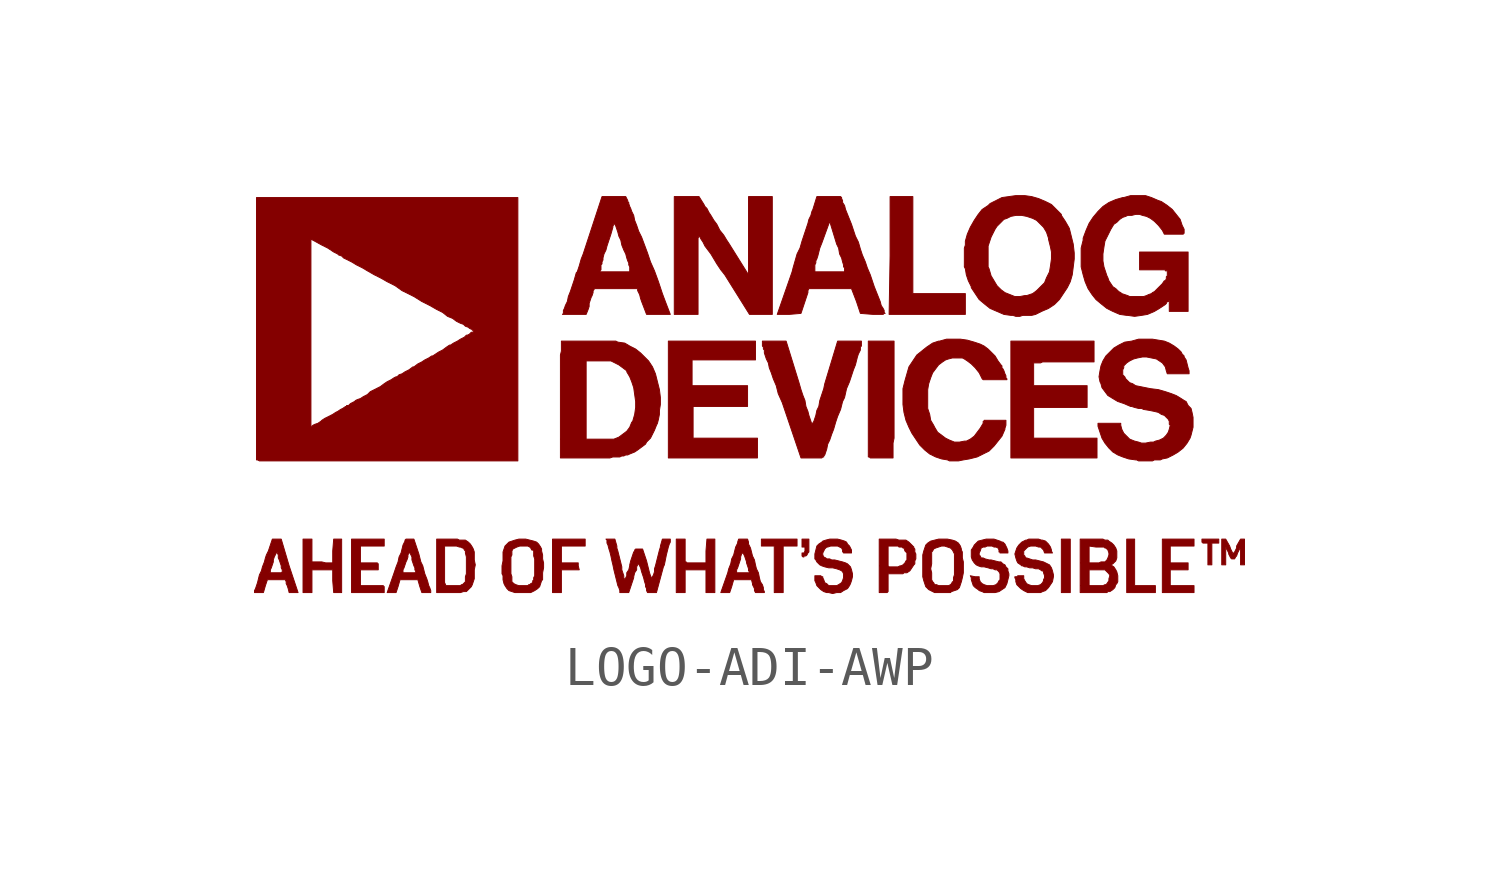
<source format=kicad_sym>
(kicad_symbol_lib
  (version 20201005)
  (generator kicad_symbol_editor)
  (symbol "LOGO-ADI-AWP"
    (pin_names
      (offset 1.016))
    (property "Reference" "#G"
      (at 0 -4.343 0)
      (effects (font (size 1.524 1.524)) hide))
    (symbol "LOGO-ADI-AWP_0_0"
      (polyline (pts (xy 8.255 -3.708) (xy 8.026 -3.708) (xy 8.026 -5.08) (xy 8.255 -5.08) (xy 8.255 -3.708)) (stroke (width 0.025)) (fill (type outline)))
      (polyline (pts (xy 10.439 -4.902) (xy 9.906 -4.902) (xy 9.906 -3.708) (xy 9.703 -3.708) (xy 9.703 -5.08) (xy 10.439 -5.08) (xy 10.439 -4.902)) (stroke (width 0.025)) (fill (type outline)))
      (polyline (pts (xy 5.563 2.591) (xy 4.216 2.591) (xy 4.216 5.08) (xy 3.632 5.08) (xy 3.632 3.556) (xy 3.607 2.057) (xy 5.563 2.057) (xy 5.563 2.591)) (stroke (width 0.025)) (fill (type outline)))
      (polyline (pts (xy 0.889 -3.886) (xy 1.245 -3.886) (xy 1.245 -3.708) (xy 0.33 -3.708) (xy 0.33 -3.886) (xy 0.66 -3.886) (xy 0.66 -5.08) (xy 0.889 -5.08) (xy 0.889 -3.886)) (stroke (width 0.025)) (fill (type outline)))
      (polyline (pts (xy 3.708 -1.245) (xy 3.734 -1.118) (xy 3.734 1.372) (xy 3.073 1.372) (xy 3.073 -1.6) (xy 3.099 -1.6) (xy 3.124 -1.626) (xy 3.708 -1.626) (xy 3.708 -1.245)) (stroke (width 0.025)) (fill (type outline)))
      (polyline (pts (xy 11.887 -3.81) (xy 12.065 -3.81) (xy 12.065 -3.708) (xy 11.633 -3.708) (xy 11.633 -3.785) (xy 11.659 -3.81) (xy 11.786 -3.81) (xy 11.786 -4.369) (xy 11.887 -4.369) (xy 11.887 -3.81)) (stroke (width 0.025)) (fill (type outline)))
      (polyline (pts (xy -4.801 -4.496) (xy -4.343 -4.496) (xy -4.369 -4.394) (xy -4.369 -4.318) (xy -4.801 -4.318) (xy -4.801 -3.886) (xy -4.191 -3.886) (xy -4.191 -3.708) (xy -5.029 -3.708) (xy -5.029 -5.08) (xy -4.801 -5.08) (xy -4.801 -4.496)) (stroke (width 0.025)) (fill (type outline)))
      (polyline (pts (xy 0.229 -1.118) (xy -1.422 -1.118) (xy -1.422 -0.305) (xy -0.025 -0.305) (xy -0.025 0.229) (xy -1.448 0.229) (xy -1.448 0.889) (xy 0.178 0.889) (xy 0.178 1.372) (xy -2.057 1.372) (xy -2.057 -1.626) (xy 0.229 -1.626) (xy 0.229 -1.118)) (stroke (width 0.025)) (fill (type outline)))
      (polyline (pts (xy 11.43 -4.902) (xy 10.82 -4.902) (xy 10.82 -4.496) (xy 11.278 -4.496) (xy 11.278 -4.318) (xy 10.82 -4.318) (xy 10.82 -3.886) (xy 11.43 -3.886) (xy 11.43 -3.708) (xy 10.617 -3.708) (xy 10.617 -5.08) (xy 11.43 -5.08) (xy 11.43 -4.902)) (stroke (width 0.025)) (fill (type outline)))
      (polyline (pts (xy -9.347 -4.928) (xy -9.373 -4.902) (xy -9.957 -4.902) (xy -9.957 -4.496) (xy -9.5 -4.496) (xy -9.5 -4.343) (xy -9.525 -4.318) (xy -9.957 -4.318) (xy -9.957 -3.886) (xy -9.347 -3.886) (xy -9.347 -3.708) (xy -10.185 -3.708) (xy -10.185 -5.08) (xy -9.347 -5.08) (xy -9.347 -4.928)) (stroke (width 0.025)) (fill (type outline)))
      (polyline (pts (xy 8.941 -1.118) (xy 7.315 -1.118) (xy 7.315 -0.33) (xy 8.687 -0.33) (xy 8.687 0.229) (xy 7.315 0.229) (xy 7.315 0.813) (xy 7.493 0.813) (xy 7.544 0.838) (xy 8.865 0.838) (xy 8.865 1.372) (xy 6.731 1.372) (xy 6.731 -1.626) (xy 8.941 -1.626) (xy 8.941 -1.118)) (stroke (width 0.025)) (fill (type outline)))
      (polyline (pts (xy -1.626 -4.496) (xy -1.092 -4.496) (xy -1.092 -5.08) (xy -0.864 -5.08) (xy -0.864 -3.708) (xy -1.067 -3.708) (xy -1.092 -4.013) (xy -1.092 -4.318) (xy -1.575 -4.318) (xy -1.6 -4.293) (xy -1.626 -4.293) (xy -1.626 -3.708) (xy -1.854 -3.708) (xy -1.854 -5.08) (xy -1.626 -5.08) (xy -1.626 -4.496)) (stroke (width 0.025)) (fill (type outline)))
      (polyline (pts (xy 1.422 -4.14) (xy 1.473 -4.14) (xy 1.499 -4.115) (xy 1.524 -4.064) (xy 1.549 -4.039) (xy 1.549 -3.708) (xy 1.372 -3.708) (xy 1.372 -3.912) (xy 1.448 -3.912) (xy 1.448 -4.013) (xy 1.422 -4.064) (xy 1.372 -4.064) (xy 1.372 -4.14) (xy 1.397 -4.166) (xy 1.422 -4.166) (xy 1.422 -4.14)) (stroke (width 0.025)) (fill (type outline)))
      (polyline (pts (xy -11.201 -4.496) (xy -10.668 -4.496) (xy -10.668 -4.775) (xy -10.643 -5.08) (xy -10.439 -5.08) (xy -10.439 -3.708) (xy -10.643 -3.708) (xy -10.668 -4.013) (xy -10.668 -4.318) (xy -10.846 -4.318) (xy -10.947 -4.293) (xy -11.201 -4.293) (xy -11.201 -3.708) (xy -11.43 -3.708) (xy -11.43 -5.08) (xy -11.201 -5.08) (xy -11.201 -4.496)) (stroke (width 0.025)) (fill (type outline)))
      (polyline (pts (xy 12.243 -3.912) (xy 12.319 -4.064) (xy 12.319 -4.089) (xy 12.37 -4.191) (xy 12.395 -4.216) (xy 12.471 -4.216) (xy 12.497 -4.166) (xy 12.522 -4.14) (xy 12.548 -4.064) (xy 12.624 -3.912) (xy 12.624 -4.369) (xy 12.725 -4.369) (xy 12.725 -3.708) (xy 12.624 -3.708) (xy 12.522 -3.886) (xy 12.522 -3.937) (xy 12.471 -4.039) (xy 12.446 -4.064) (xy 12.446 -4.089) (xy 12.421 -4.089) (xy 12.421 -4.064) (xy 12.37 -3.962) (xy 12.344 -3.886) (xy 12.243 -3.708) (xy 12.141 -3.708) (xy 12.141 -4.369) (xy 12.243 -4.369) (xy 12.243 -3.912)) (stroke (width 0.025)) (fill (type outline)))
      (polyline (pts (xy -1.295 4.013) (xy -1.27 4.064) (xy -1.245 4.039) (xy -1.219 3.988) (xy -1.168 3.912) (xy -1.118 3.81) (xy -0.965 3.607) (xy -0.813 3.353) (xy -0.711 3.2) (xy -0.61 3.073) (xy 0.025 2.057) (xy 0.61 2.057) (xy 0.61 5.08) (xy 0 5.08) (xy 0 3.073) (xy -0.508 3.886) (xy -0.559 3.962) (xy -0.635 4.089) (xy -0.737 4.216) (xy -0.813 4.369) (xy -0.889 4.47) (xy -0.965 4.597) (xy -1.016 4.674) (xy -1.067 4.775) (xy -1.118 4.826) (xy -1.143 4.877) (xy -1.27 5.08) (xy -1.905 5.08) (xy -1.905 2.057) (xy -1.295 2.057) (xy -1.295 4.013)) (stroke (width 0.025)) (fill (type outline)))
      (polyline (pts (xy -7.315 -5.055) (xy -7.239 -5.055) (xy -7.112 -4.928) (xy -7.087 -4.877) (xy -7.036 -4.724) (xy -7.036 -4.496) (xy -7.01 -4.369) (xy -7.036 -4.242) (xy -7.036 -4.039) (xy -7.061 -3.962) (xy -7.087 -3.912) (xy -7.137 -3.835) (xy -7.188 -3.785) (xy -7.264 -3.734) (xy -7.417 -3.734) (xy -7.468 -3.708) (xy -8.001 -3.708) (xy -8.001 -4.826) (xy -7.798 -4.826) (xy -7.798 -3.886) (xy -7.493 -3.886) (xy -7.417 -3.912) (xy -7.391 -3.912) (xy -7.341 -3.937) (xy -7.315 -3.937) (xy -7.29 -3.988) (xy -7.264 -4.013) (xy -7.264 -4.064) (xy -7.239 -4.166) (xy -7.239 -4.597) (xy -7.264 -4.674) (xy -7.264 -4.801) (xy -7.341 -4.877) (xy -7.366 -4.877) (xy -7.391 -4.902) (xy -7.772 -4.902) (xy -7.772 -4.877) (xy -7.798 -4.826) (xy -8.001 -4.826) (xy -8.001 -5.08) (xy -7.391 -5.08) (xy -7.315 -5.055)) (stroke (width 0.025)) (fill (type outline)))
      (polyline (pts (xy 3.581 -5.055) (xy 3.581 -4.597) (xy 3.962 -4.597) (xy 3.988 -4.572) (xy 4.064 -4.572) (xy 4.14 -4.521) (xy 4.242 -4.369) (xy 4.267 -4.343) (xy 4.267 -4.267) (xy 4.293 -4.216) (xy 4.293 -4.089) (xy 4.267 -4.039) (xy 4.267 -3.962) (xy 4.242 -3.937) (xy 4.242 -3.912) (xy 4.115 -3.785) (xy 4.039 -3.734) (xy 3.861 -3.734) (xy 3.785 -3.708) (xy 3.353 -3.708) (xy 3.353 -4.394) (xy 3.581 -4.394) (xy 3.581 -3.886) (xy 3.835 -3.886) (xy 3.861 -3.912) (xy 3.937 -3.912) (xy 3.962 -3.937) (xy 3.988 -3.937) (xy 4.013 -4.013) (xy 4.064 -4.064) (xy 4.064 -4.242) (xy 4.039 -4.267) (xy 4.013 -4.318) (xy 3.962 -4.369) (xy 3.912 -4.394) (xy 3.886 -4.394) (xy 3.835 -4.42) (xy 3.607 -4.42) (xy 3.581 -4.394) (xy 3.353 -4.394) (xy 3.353 -5.08) (xy 3.556 -5.08) (xy 3.581 -5.055)) (stroke (width 0.025)) (fill (type outline)))
      (polyline (pts (xy -12.395 -4.902) (xy -12.344 -4.75) (xy -11.887 -4.75) (xy -11.862 -4.801) (xy -11.862 -4.851) (xy -11.836 -4.902) (xy -11.811 -4.978) (xy -11.786 -5.08) (xy -11.557 -5.08) (xy -11.786 -4.394) (xy -11.989 -3.708) (xy -12.217 -3.708) (xy -12.319 -4.013) (xy -12.37 -4.115) (xy -12.395 -4.191) (xy -12.421 -4.293) (xy -12.471 -4.42) (xy -12.497 -4.521) (xy -12.522 -4.572) (xy -12.294 -4.572) (xy -12.268 -4.547) (xy -12.268 -4.496) (xy -12.243 -4.445) (xy -12.192 -4.293) (xy -12.192 -4.242) (xy -12.167 -4.166) (xy -12.116 -4.064) (xy -12.116 -4.039) (xy -12.09 -4.039) (xy -12.09 -4.064) (xy -12.065 -4.115) (xy -12.065 -4.191) (xy -12.04 -4.242) (xy -11.989 -4.394) (xy -11.989 -4.445) (xy -11.963 -4.496) (xy -11.963 -4.547) (xy -11.989 -4.572) (xy -12.294 -4.572) (xy -12.522 -4.572) (xy -12.548 -4.623) (xy -12.598 -4.826) (xy -12.649 -4.978) (xy -12.675 -5.029) (xy -12.675 -5.08) (xy -12.446 -5.08) (xy -12.395 -4.902)) (stroke (width 0.025)) (fill (type outline)))
      (polyline (pts (xy -8.992 -4.928) (xy -8.941 -4.75) (xy -8.484 -4.75) (xy -8.433 -4.928) (xy -8.382 -5.08) (xy -8.153 -5.08) (xy -8.153 -5.029) (xy -8.179 -4.953) (xy -8.204 -4.902) (xy -8.23 -4.801) (xy -8.255 -4.724) (xy -8.306 -4.597) (xy -8.357 -4.394) (xy -8.407 -4.293) (xy -8.458 -4.089) (xy -8.585 -3.708) (xy -8.788 -3.708) (xy -8.814 -3.734) (xy -8.814 -3.759) (xy -8.865 -3.861) (xy -8.915 -4.064) (xy -8.966 -4.166) (xy -8.992 -4.293) (xy -9.042 -4.42) (xy -9.093 -4.572) (xy -8.865 -4.572) (xy -8.865 -4.496) (xy -8.839 -4.445) (xy -8.788 -4.293) (xy -8.763 -4.242) (xy -8.738 -4.166) (xy -8.738 -4.115) (xy -8.712 -4.064) (xy -8.687 -4.039) (xy -8.687 -4.064) (xy -8.636 -4.166) (xy -8.636 -4.242) (xy -8.585 -4.394) (xy -8.56 -4.445) (xy -8.56 -4.496) (xy -8.534 -4.547) (xy -8.56 -4.572) (xy -8.865 -4.572) (xy -9.093 -4.572) (xy -9.271 -5.08) (xy -9.042 -5.08) (xy -8.992 -4.928)) (stroke (width 0.025)) (fill (type outline)))
      (polyline (pts (xy -0.432 -4.928) (xy -0.381 -4.75) (xy 0.076 -4.75) (xy 0.102 -4.851) (xy 0.102 -4.877) (xy 0.152 -4.978) (xy 0.152 -5.029) (xy 0.178 -5.08) (xy 0.406 -5.08) (xy 0.406 -5.055) (xy 0.381 -5.004) (xy 0.381 -4.953) (xy 0.356 -4.877) (xy 0.305 -4.801) (xy 0.279 -4.699) (xy 0.254 -4.572) (xy 0.203 -4.47) (xy 0.178 -4.369) (xy 0.152 -4.242) (xy 0.102 -4.14) (xy 0.051 -3.937) (xy 0 -3.835) (xy 0 -3.785) (xy -0.025 -3.708) (xy -0.254 -3.708) (xy -0.279 -3.785) (xy -0.279 -3.81) (xy -0.33 -3.912) (xy -0.381 -4.115) (xy -0.432 -4.216) (xy -0.457 -4.343) (xy -0.508 -4.47) (xy -0.533 -4.572) (xy -0.33 -4.572) (xy -0.305 -4.547) (xy -0.305 -4.496) (xy -0.279 -4.445) (xy -0.203 -4.216) (xy -0.203 -4.166) (xy -0.178 -4.089) (xy -0.152 -4.064) (xy -0.152 -4.039) (xy -0.102 -4.14) (xy -0.051 -4.293) (xy -0.051 -4.318) (xy 0 -4.47) (xy 0 -4.521) (xy 0.025 -4.547) (xy 0.025 -4.572) (xy -0.33 -4.572) (xy -0.533 -4.572) (xy -0.711 -5.08) (xy -0.483 -5.08) (xy -0.432 -4.928)) (stroke (width 0.025)) (fill (type outline)))
      (polyline (pts (xy -3.48 -1.6) (xy -3.302 -1.6) (xy -3.251 -1.575) (xy -3.2 -1.575) (xy -3.15 -1.549) (xy -3.099 -1.549) (xy -3.048 -1.524) (xy -2.921 -1.473) (xy -2.845 -1.422) (xy -2.642 -1.27) (xy -2.616 -1.219) (xy -2.515 -1.118) (xy -2.413 -0.914) (xy -2.362 -0.787) (xy -2.337 -0.737) (xy -2.311 -0.635) (xy -2.286 -0.508) (xy -2.286 -0.406) (xy -2.261 -0.254) (xy -2.261 -0.076) (xy -2.286 0.127) (xy -2.388 0.533) (xy -2.464 0.711) (xy -2.565 0.864) (xy -2.769 1.067) (xy -2.896 1.168) (xy -3.048 1.245) (xy -3.175 1.321) (xy -3.353 1.346) (xy -3.404 1.372) (xy -4.801 1.372) (xy -4.801 1.118) (xy -4.826 1.016) (xy -4.826 -1.143) (xy -4.166 -1.143) (xy -4.166 0.864) (xy -3.531 0.864) (xy -3.327 0.762) (xy -3.124 0.61) (xy -3.124 0.584) (xy -3.048 0.457) (xy -2.997 0.33) (xy -2.946 0.178) (xy -2.896 -0.178) (xy -2.896 -0.33) (xy -2.921 -0.508) (xy -2.972 -0.686) (xy -2.997 -0.711) (xy -3.048 -0.838) (xy -3.124 -0.94) (xy -3.327 -1.092) (xy -3.454 -1.143) (xy -4.166 -1.143) (xy -4.826 -1.143) (xy -4.826 -1.626) (xy -3.556 -1.626) (xy -3.48 -1.6)) (stroke (width 0.025)) (fill (type outline)))
      (polyline (pts (xy 5.207 -5.055) (xy 5.359 -5.004) (xy 5.41 -4.953) (xy 5.461 -4.801) (xy 5.486 -4.699) (xy 5.512 -4.572) (xy 5.512 -4.293) (xy 5.486 -4.191) (xy 5.486 -4.039) (xy 5.461 -3.988) (xy 5.461 -3.962) (xy 5.436 -3.886) (xy 5.385 -3.81) (xy 5.309 -3.759) (xy 5.232 -3.734) (xy 5.105 -3.708) (xy 4.877 -3.708) (xy 4.674 -3.759) (xy 4.597 -3.81) (xy 4.547 -3.861) (xy 4.496 -4.013) (xy 4.47 -4.115) (xy 4.47 -4.47) (xy 4.674 -4.47) (xy 4.699 -4.343) (xy 4.699 -4.039) (xy 4.724 -4.013) (xy 4.75 -3.962) (xy 4.801 -3.937) (xy 4.953 -3.886) (xy 5.029 -3.886) (xy 5.182 -3.937) (xy 5.232 -3.988) (xy 5.283 -4.089) (xy 5.283 -4.623) (xy 5.258 -4.699) (xy 5.258 -4.801) (xy 5.232 -4.801) (xy 5.207 -4.851) (xy 5.182 -4.877) (xy 5.131 -4.902) (xy 4.877 -4.902) (xy 4.826 -4.877) (xy 4.775 -4.877) (xy 4.75 -4.826) (xy 4.724 -4.801) (xy 4.699 -4.75) (xy 4.699 -4.572) (xy 4.674 -4.47) (xy 4.47 -4.47) (xy 4.47 -4.674) (xy 4.496 -4.775) (xy 4.547 -4.928) (xy 4.623 -5.004) (xy 4.775 -5.08) (xy 5.182 -5.08) (xy 5.207 -5.055)) (stroke (width 0.025)) (fill (type outline)))
      (polyline (pts (xy 1.905 -1.6) (xy 1.93 -1.6) (xy 1.93 -1.575) (xy 1.956 -1.549) (xy 2.007 -1.397) (xy 2.032 -1.27) (xy 2.083 -1.168) (xy 2.134 -1.016) (xy 2.184 -0.889) (xy 2.235 -0.711) (xy 2.286 -0.559) (xy 2.362 -0.381) (xy 2.413 -0.178) (xy 2.464 -0.076) (xy 2.515 0.152) (xy 2.591 0.33) (xy 2.692 0.635) (xy 2.743 0.762) (xy 2.794 0.965) (xy 2.819 1.041) (xy 2.87 1.143) (xy 2.87 1.219) (xy 2.896 1.245) (xy 2.896 1.372) (xy 2.286 1.372) (xy 1.956 0.279) (xy 1.93 0.152) (xy 1.829 -0.152) (xy 1.803 -0.305) (xy 1.753 -0.406) (xy 1.727 -0.533) (xy 1.676 -0.686) (xy 1.626 -0.762) (xy 1.549 -0.533) (xy 1.524 -0.432) (xy 1.473 -0.305) (xy 1.448 -0.152) (xy 1.397 -0.025) (xy 1.346 0.127) (xy 1.295 0.305) (xy 0.965 1.372) (xy 0.356 1.372) (xy 0.356 1.245) (xy 0.381 1.219) (xy 0.381 1.168) (xy 0.406 1.143) (xy 0.406 1.067) (xy 0.457 0.914) (xy 0.508 0.813) (xy 0.533 0.686) (xy 0.584 0.559) (xy 0.635 0.406) (xy 0.711 0.229) (xy 0.762 0.025) (xy 0.864 -0.203) (xy 1.346 -1.626) (xy 1.88 -1.626) (xy 1.905 -1.6)) (stroke (width 0.025)) (fill (type outline)))
      (polyline (pts (xy 9.22 -5.055) (xy 9.271 -5.055) (xy 9.347 -5.004) (xy 9.398 -4.953) (xy 9.423 -4.877) (xy 9.449 -4.851) (xy 9.474 -4.801) (xy 9.474 -4.648) (xy 9.449 -4.547) (xy 9.423 -4.496) (xy 9.373 -4.42) (xy 9.296 -4.369) (xy 9.347 -4.343) (xy 9.423 -4.267) (xy 9.449 -4.191) (xy 9.449 -4.013) (xy 9.423 -3.937) (xy 9.373 -3.861) (xy 9.322 -3.81) (xy 9.246 -3.759) (xy 9.22 -3.734) (xy 9.144 -3.734) (xy 9.093 -3.708) (xy 8.509 -3.708) (xy 8.509 -4.318) (xy 8.738 -4.318) (xy 8.738 -3.886) (xy 8.915 -3.912) (xy 9.119 -3.912) (xy 9.144 -3.937) (xy 9.169 -3.937) (xy 9.22 -3.988) (xy 9.246 -4.064) (xy 9.246 -4.115) (xy 9.22 -4.191) (xy 9.195 -4.242) (xy 9.144 -4.293) (xy 9.042 -4.293) (xy 8.992 -4.318) (xy 8.738 -4.318) (xy 8.509 -4.318) (xy 8.509 -4.902) (xy 8.738 -4.902) (xy 8.738 -4.496) (xy 9.144 -4.496) (xy 9.246 -4.597) (xy 9.271 -4.648) (xy 9.246 -4.724) (xy 9.246 -4.775) (xy 9.195 -4.851) (xy 9.169 -4.877) (xy 9.144 -4.877) (xy 9.093 -4.902) (xy 8.738 -4.902) (xy 8.509 -4.902) (xy 8.509 -5.08) (xy 9.195 -5.08) (xy 9.22 -5.055)) (stroke (width 0.025)) (fill (type outline)))
      (polyline (pts (xy -5.486 -5.029) (xy -5.41 -4.978) (xy -5.359 -4.928) (xy -5.309 -4.775) (xy -5.283 -4.75) (xy -5.283 -4.572) (xy -5.258 -4.445) (xy -5.258 -4.318) (xy -5.283 -4.216) (xy -5.283 -4.115) (xy -5.309 -4.013) (xy -5.309 -3.962) (xy -5.334 -3.912) (xy -5.385 -3.835) (xy -5.436 -3.785) (xy -5.512 -3.759) (xy -5.715 -3.708) (xy -5.893 -3.708) (xy -5.994 -3.734) (xy -6.147 -3.785) (xy -6.248 -3.886) (xy -6.299 -4.039) (xy -6.299 -4.267) (xy -6.325 -4.394) (xy -6.325 -4.521) (xy -6.325 -4.597) (xy -6.096 -4.597) (xy -6.096 -4.166) (xy -6.071 -4.115) (xy -6.071 -4.013) (xy -6.045 -3.962) (xy -5.944 -3.912) (xy -5.867 -3.886) (xy -5.664 -3.886) (xy -5.613 -3.912) (xy -5.588 -3.937) (xy -5.563 -3.988) (xy -5.537 -3.988) (xy -5.512 -4.013) (xy -5.512 -4.14) (xy -5.486 -4.216) (xy -5.486 -4.648) (xy -5.512 -4.699) (xy -5.512 -4.775) (xy -5.537 -4.775) (xy -5.537 -4.826) (xy -5.588 -4.851) (xy -5.613 -4.877) (xy -5.639 -4.877) (xy -5.664 -4.902) (xy -5.893 -4.902) (xy -5.969 -4.877) (xy -6.02 -4.851) (xy -6.071 -4.801) (xy -6.071 -4.674) (xy -6.096 -4.597) (xy -6.325 -4.597) (xy -6.299 -4.648) (xy -6.299 -4.75) (xy -6.274 -4.851) (xy -6.248 -4.902) (xy -6.198 -4.978) (xy -6.147 -5.029) (xy -5.994 -5.08) (xy -5.588 -5.08) (xy -5.486 -5.029)) (stroke (width 0.025)) (fill (type outline)))
      (polyline (pts (xy 1.346 2.083) (xy 1.524 2.616) (xy 1.524 2.667) (xy 1.549 2.718) (xy 2.642 2.718) (xy 2.769 2.388) (xy 2.87 2.083) (xy 3.2 2.057) (xy 3.454 2.057) (xy 3.48 2.083) (xy 3.505 2.083) (xy 3.48 2.108) (xy 3.48 2.159) (xy 3.454 2.21) (xy 3.404 2.286) (xy 3.378 2.388) (xy 3.226 2.769) (xy 3.124 3.073) (xy 3.048 3.251) (xy 2.997 3.404) (xy 2.921 3.581) (xy 2.87 3.734) (xy 2.819 3.912) (xy 2.743 4.064) (xy 2.642 4.369) (xy 2.489 4.75) (xy 2.464 4.851) (xy 2.413 4.928) (xy 2.413 4.978) (xy 2.388 5.029) (xy 2.388 5.055) (xy 2.362 5.08) (xy 1.753 5.08) (xy 1.651 4.75) (xy 1.626 4.699) (xy 1.6 4.597) (xy 1.549 4.496) (xy 1.524 4.394) (xy 1.372 3.937) (xy 1.321 3.759) (xy 1.245 3.607) (xy 1.143 3.251) (xy 1.118 3.15) (xy 1.702 3.15) (xy 1.702 3.327) (xy 1.727 3.378) (xy 1.727 3.429) (xy 1.753 3.48) (xy 1.778 3.556) (xy 1.829 3.759) (xy 1.88 3.886) (xy 2.083 4.445) (xy 2.261 3.861) (xy 2.311 3.759) (xy 2.337 3.607) (xy 2.388 3.505) (xy 2.413 3.404) (xy 2.438 3.327) (xy 2.438 3.277) (xy 2.464 3.251) (xy 2.464 3.15) (xy 1.702 3.15) (xy 1.118 3.15) (xy 0.737 2.057) (xy 1.041 2.057) (xy 1.346 2.083)) (stroke (width 0.025)) (fill (type outline)))
      (polyline (pts (xy -2.946 -4.699) (xy -2.946 -4.674) (xy -2.921 -4.572) (xy -2.87 -4.496) (xy -2.87 -4.42) (xy -2.819 -4.318) (xy -2.819 -4.343) (xy -2.769 -4.445) (xy -2.743 -4.547) (xy -2.692 -4.699) (xy -2.667 -4.801) (xy -2.642 -4.877) (xy -2.642 -4.928) (xy -2.616 -4.978) (xy -2.616 -5.029) (xy -2.591 -5.08) (xy -2.362 -5.08) (xy -2.184 -4.42) (xy -2.159 -4.369) (xy -2.108 -4.115) (xy -2.057 -3.912) (xy -2.032 -3.835) (xy -2.007 -3.785) (xy -2.007 -3.708) (xy -2.21 -3.708) (xy -2.261 -3.886) (xy -2.261 -3.912) (xy -2.286 -3.988) (xy -2.388 -4.394) (xy -2.413 -4.47) (xy -2.413 -4.547) (xy -2.438 -4.623) (xy -2.464 -4.674) (xy -2.464 -4.75) (xy -2.489 -4.75) (xy -2.489 -4.699) (xy -2.515 -4.648) (xy -2.54 -4.572) (xy -2.616 -4.267) (xy -2.718 -3.962) (xy -2.896 -3.962) (xy -2.921 -3.988) (xy -2.921 -4.013) (xy -2.946 -4.039) (xy -3.023 -4.267) (xy -3.048 -4.369) (xy -3.048 -4.394) (xy -3.073 -4.496) (xy -3.124 -4.572) (xy -3.124 -4.648) (xy -3.175 -4.75) (xy -3.2 -4.699) (xy -3.2 -4.648) (xy -3.251 -4.496) (xy -3.251 -4.42) (xy -3.353 -4.013) (xy -3.378 -3.937) (xy -3.378 -3.886) (xy -3.429 -3.708) (xy -3.658 -3.708) (xy -3.632 -3.734) (xy -3.632 -3.81) (xy -3.607 -3.861) (xy -3.581 -3.962) (xy -3.556 -4.039) (xy -3.531 -4.14) (xy -3.505 -4.267) (xy -3.48 -4.369) (xy -3.454 -4.496) (xy -3.353 -4.902) (xy -3.327 -4.953) (xy -3.302 -5.029) (xy -3.302 -5.08) (xy -3.073 -5.08) (xy -2.946 -4.699)) (stroke (width 0.025)) (fill (type outline)))
      (polyline (pts (xy 7.544 -5.055) (xy 7.62 -5.029) (xy 7.696 -4.953) (xy 7.798 -4.801) (xy 7.823 -4.674) (xy 7.823 -4.623) (xy 7.798 -4.521) (xy 7.772 -4.445) (xy 7.722 -4.369) (xy 7.569 -4.293) (xy 7.366 -4.242) (xy 7.29 -4.242) (xy 7.137 -4.191) (xy 7.112 -4.191) (xy 7.087 -4.14) (xy 7.061 -4.115) (xy 7.061 -4.013) (xy 7.163 -3.912) (xy 7.239 -3.886) (xy 7.366 -3.886) (xy 7.442 -3.912) (xy 7.493 -3.912) (xy 7.569 -3.988) (xy 7.595 -4.064) (xy 7.798 -4.064) (xy 7.772 -4.013) (xy 7.772 -3.988) (xy 7.747 -3.912) (xy 7.696 -3.835) (xy 7.62 -3.759) (xy 7.544 -3.734) (xy 7.518 -3.734) (xy 7.442 -3.708) (xy 7.188 -3.708) (xy 7.137 -3.734) (xy 7.112 -3.734) (xy 7.01 -3.785) (xy 6.934 -3.861) (xy 6.883 -3.937) (xy 6.833 -4.089) (xy 6.858 -4.191) (xy 6.883 -4.267) (xy 6.909 -4.318) (xy 6.985 -4.369) (xy 7.01 -4.394) (xy 7.036 -4.394) (xy 7.087 -4.42) (xy 7.137 -4.42) (xy 7.214 -4.445) (xy 7.29 -4.445) (xy 7.366 -4.47) (xy 7.442 -4.47) (xy 7.493 -4.496) (xy 7.518 -4.521) (xy 7.544 -4.521) (xy 7.569 -4.547) (xy 7.569 -4.572) (xy 7.595 -4.648) (xy 7.595 -4.699) (xy 7.569 -4.75) (xy 7.569 -4.775) (xy 7.544 -4.826) (xy 7.493 -4.877) (xy 7.417 -4.902) (xy 7.264 -4.902) (xy 7.188 -4.877) (xy 7.137 -4.851) (xy 7.087 -4.775) (xy 7.061 -4.724) (xy 7.061 -4.648) (xy 6.909 -4.648) (xy 6.883 -4.674) (xy 6.833 -4.674) (xy 6.833 -4.699) (xy 6.858 -4.75) (xy 6.858 -4.801) (xy 6.883 -4.877) (xy 6.985 -4.978) (xy 7.061 -5.029) (xy 7.163 -5.08) (xy 7.493 -5.08) (xy 7.544 -5.055)) (stroke (width 0.025)) (fill (type outline)))
      (polyline (pts (xy 2.261 -5.08) (xy 2.362 -5.08) (xy 2.438 -5.029) (xy 2.54 -4.978) (xy 2.591 -4.902) (xy 2.616 -4.851) (xy 2.642 -4.775) (xy 2.667 -4.674) (xy 2.667 -4.597) (xy 2.642 -4.496) (xy 2.616 -4.42) (xy 2.54 -4.343) (xy 2.489 -4.318) (xy 2.413 -4.293) (xy 2.21 -4.242) (xy 2.134 -4.242) (xy 2.083 -4.216) (xy 2.007 -4.216) (xy 1.981 -4.191) (xy 1.93 -4.166) (xy 1.905 -4.115) (xy 1.905 -4.064) (xy 1.956 -3.962) (xy 2.007 -3.912) (xy 2.032 -3.912) (xy 2.108 -3.886) (xy 2.286 -3.886) (xy 2.388 -3.937) (xy 2.413 -3.988) (xy 2.413 -4.039) (xy 2.438 -4.039) (xy 2.438 -4.064) (xy 2.642 -4.064) (xy 2.642 -3.988) (xy 2.591 -3.886) (xy 2.54 -3.835) (xy 2.515 -3.785) (xy 2.464 -3.759) (xy 2.388 -3.734) (xy 2.286 -3.708) (xy 2.083 -3.708) (xy 1.981 -3.734) (xy 1.905 -3.759) (xy 1.88 -3.785) (xy 1.803 -3.835) (xy 1.753 -3.886) (xy 1.702 -4.089) (xy 1.702 -4.216) (xy 1.727 -4.242) (xy 1.753 -4.293) (xy 1.829 -4.369) (xy 1.88 -4.394) (xy 1.956 -4.42) (xy 2.057 -4.445) (xy 2.159 -4.445) (xy 2.261 -4.47) (xy 2.337 -4.496) (xy 2.388 -4.521) (xy 2.413 -4.547) (xy 2.438 -4.597) (xy 2.438 -4.699) (xy 2.413 -4.775) (xy 2.388 -4.826) (xy 2.311 -4.877) (xy 2.261 -4.902) (xy 2.057 -4.902) (xy 2.007 -4.851) (xy 1.956 -4.826) (xy 1.93 -4.75) (xy 1.905 -4.699) (xy 1.905 -4.674) (xy 1.88 -4.674) (xy 1.854 -4.648) (xy 1.702 -4.648) (xy 1.702 -4.775) (xy 1.727 -4.826) (xy 1.753 -4.902) (xy 1.854 -5.004) (xy 1.93 -5.055) (xy 2.007 -5.08) (xy 2.057 -5.08) (xy 2.159 -5.105) (xy 2.261 -5.08)) (stroke (width 0.025)) (fill (type outline)))
      (polyline (pts (xy 6.426 -5.055) (xy 6.579 -4.953) (xy 6.629 -4.851) (xy 6.68 -4.648) (xy 6.68 -4.597) (xy 6.655 -4.521) (xy 6.655 -4.47) (xy 6.604 -4.42) (xy 6.579 -4.369) (xy 6.528 -4.343) (xy 6.477 -4.293) (xy 6.426 -4.293) (xy 6.223 -4.242) (xy 6.172 -4.242) (xy 6.071 -4.216) (xy 6.02 -4.191) (xy 5.969 -4.191) (xy 5.944 -4.14) (xy 5.918 -4.115) (xy 5.918 -4.064) (xy 5.944 -4.013) (xy 5.969 -3.937) (xy 6.02 -3.912) (xy 6.071 -3.912) (xy 6.121 -3.886) (xy 6.248 -3.886) (xy 6.299 -3.912) (xy 6.35 -3.912) (xy 6.401 -3.937) (xy 6.426 -3.988) (xy 6.426 -4.039) (xy 6.452 -4.039) (xy 6.452 -4.064) (xy 6.655 -4.064) (xy 6.655 -4.013) (xy 6.629 -3.937) (xy 6.579 -3.835) (xy 6.528 -3.785) (xy 6.502 -3.785) (xy 6.452 -3.759) (xy 6.299 -3.708) (xy 6.096 -3.708) (xy 5.893 -3.759) (xy 5.791 -3.861) (xy 5.766 -3.912) (xy 5.715 -3.988) (xy 5.715 -4.166) (xy 5.74 -4.242) (xy 5.791 -4.318) (xy 5.842 -4.369) (xy 5.893 -4.394) (xy 5.969 -4.42) (xy 6.045 -4.42) (xy 6.147 -4.445) (xy 6.223 -4.47) (xy 6.274 -4.47) (xy 6.325 -4.496) (xy 6.375 -4.496) (xy 6.426 -4.547) (xy 6.452 -4.597) (xy 6.452 -4.75) (xy 6.426 -4.775) (xy 6.401 -4.826) (xy 6.35 -4.877) (xy 6.274 -4.902) (xy 6.121 -4.902) (xy 6.045 -4.877) (xy 5.994 -4.851) (xy 5.944 -4.801) (xy 5.918 -4.724) (xy 5.918 -4.674) (xy 5.817 -4.674) (xy 5.69 -4.648) (xy 5.715 -4.699) (xy 5.715 -4.75) (xy 5.766 -4.902) (xy 5.817 -4.953) (xy 5.893 -5.004) (xy 5.918 -5.029) (xy 5.994 -5.055) (xy 6.045 -5.08) (xy 6.325 -5.08) (xy 6.426 -5.055)) (stroke (width 0.025)) (fill (type outline)))
      (polyline (pts (xy -4.115 2.184) (xy -4.089 2.261) (xy -4.089 2.337) (xy -4.039 2.489) (xy -4.013 2.54) (xy -3.988 2.616) (xy -3.988 2.667) (xy -3.962 2.692) (xy -3.962 2.718) (xy -2.845 2.718) (xy -2.845 2.667) (xy -2.794 2.565) (xy -2.769 2.464) (xy -2.743 2.388) (xy -2.616 2.057) (xy -2.007 2.057) (xy -2.134 2.388) (xy -2.21 2.591) (xy -2.311 2.896) (xy -2.413 3.175) (xy -2.515 3.404) (xy -2.591 3.632) (xy -2.743 4.039) (xy -2.819 4.191) (xy -2.87 4.343) (xy -2.921 4.47) (xy -2.946 4.597) (xy -2.997 4.699) (xy -3.023 4.775) (xy -3.048 4.826) (xy -3.073 4.902) (xy -3.073 4.928) (xy -3.099 4.953) (xy -3.099 4.978) (xy -3.15 5.08) (xy -3.759 5.08) (xy -4.242 3.607) (xy -4.293 3.48) (xy -4.343 3.302) (xy -4.394 3.15) (xy -3.81 3.15) (xy -3.81 3.175) (xy -3.785 3.2) (xy -3.785 3.327) (xy -3.759 3.353) (xy -3.759 3.404) (xy -3.734 3.454) (xy -3.734 3.505) (xy -3.708 3.607) (xy -3.658 3.708) (xy -3.632 3.81) (xy -3.531 4.115) (xy -3.48 4.293) (xy -3.48 4.318) (xy -3.454 4.369) (xy -3.454 4.394) (xy -3.429 4.394) (xy -3.429 4.369) (xy -3.404 4.318) (xy -3.353 4.166) (xy -3.327 4.064) (xy -3.277 3.962) (xy -3.251 3.835) (xy -3.2 3.708) (xy -3.15 3.607) (xy -3.124 3.505) (xy -3.099 3.429) (xy -3.073 3.378) (xy -3.073 3.327) (xy -3.048 3.277) (xy -3.048 3.15) (xy -3.81 3.15) (xy -4.394 3.15) (xy -4.42 3.124) (xy -4.47 2.946) (xy -4.572 2.642) (xy -4.623 2.515) (xy -4.648 2.388) (xy -4.699 2.286) (xy -4.724 2.21) (xy -4.75 2.159) (xy -4.75 2.083) (xy -4.775 2.057) (xy -4.166 2.057) (xy -4.115 2.184)) (stroke (width 0.025)) (fill (type outline)))
      (polyline (pts (xy 5.512 -1.676) (xy 5.664 -1.651) (xy 5.867 -1.6) (xy 6.172 -1.448) (xy 6.299 -1.321) (xy 6.502 -1.067) (xy 6.579 -0.889) (xy 6.579 -0.864) (xy 6.604 -0.787) (xy 6.604 -0.66) (xy 6.045 -0.66) (xy 6.045 -0.686) (xy 6.02 -0.686) (xy 6.02 -0.737) (xy 5.944 -0.864) (xy 5.791 -1.067) (xy 5.69 -1.143) (xy 5.588 -1.194) (xy 5.537 -1.194) (xy 5.41 -1.219) (xy 5.283 -1.219) (xy 5.156 -1.168) (xy 5.055 -1.118) (xy 4.851 -0.965) (xy 4.775 -0.838) (xy 4.75 -0.787) (xy 4.674 -0.66) (xy 4.648 -0.508) (xy 4.597 -0.356) (xy 4.597 0.127) (xy 4.623 0.279) (xy 4.674 0.432) (xy 4.724 0.559) (xy 4.877 0.762) (xy 4.978 0.838) (xy 5.055 0.889) (xy 5.131 0.914) (xy 5.232 0.94) (xy 5.486 0.94) (xy 5.537 0.914) (xy 5.613 0.864) (xy 5.715 0.787) (xy 5.817 0.686) (xy 5.918 0.559) (xy 5.994 0.406) (xy 6.02 0.381) (xy 6.629 0.381) (xy 6.629 0.406) (xy 6.604 0.432) (xy 6.604 0.483) (xy 6.579 0.533) (xy 6.553 0.61) (xy 6.528 0.66) (xy 6.502 0.686) (xy 6.502 0.737) (xy 6.477 0.762) (xy 6.401 0.864) (xy 6.325 0.991) (xy 6.147 1.168) (xy 6.045 1.245) (xy 5.944 1.295) (xy 5.791 1.346) (xy 5.613 1.397) (xy 5.436 1.422) (xy 5.08 1.422) (xy 4.902 1.372) (xy 4.877 1.372) (xy 4.724 1.321) (xy 4.572 1.219) (xy 4.318 1.016) (xy 4.115 0.711) (xy 4.013 0.356) (xy 3.962 0.152) (xy 3.962 -0.254) (xy 3.988 -0.457) (xy 4.039 -0.66) (xy 4.115 -0.838) (xy 4.191 -0.991) (xy 4.394 -1.295) (xy 4.521 -1.422) (xy 4.648 -1.524) (xy 4.801 -1.6) (xy 4.953 -1.651) (xy 5.105 -1.676) (xy 5.156 -1.702) (xy 5.385 -1.702) (xy 5.512 -1.676)) (stroke (width 0.025)) (fill (type outline)))
      (polyline (pts (xy 7.036 2.032) (xy 7.264 2.032) (xy 7.366 2.057) (xy 7.518 2.134) (xy 7.696 2.21) (xy 7.849 2.311) (xy 7.976 2.438) (xy 8.179 2.743) (xy 8.255 2.896) (xy 8.306 3.073) (xy 8.357 3.48) (xy 8.357 3.632) (xy 8.331 3.861) (xy 8.23 4.267) (xy 8.128 4.445) (xy 8.026 4.597) (xy 8.026 4.623) (xy 7.772 4.877) (xy 7.62 4.953) (xy 7.442 5.029) (xy 7.264 5.08) (xy 7.087 5.105) (xy 6.858 5.105) (xy 6.502 5.055) (xy 6.198 4.902) (xy 6.147 4.851) (xy 5.994 4.75) (xy 5.893 4.623) (xy 5.791 4.47) (xy 5.69 4.293) (xy 5.613 4.115) (xy 5.563 3.937) (xy 5.563 3.835) (xy 5.537 3.759) (xy 5.537 3.353) (xy 5.537 3.277) (xy 6.147 3.277) (xy 6.147 3.81) (xy 6.223 4.039) (xy 6.325 4.242) (xy 6.375 4.318) (xy 6.553 4.496) (xy 6.629 4.521) (xy 6.731 4.572) (xy 6.858 4.597) (xy 7.01 4.597) (xy 7.137 4.572) (xy 7.29 4.521) (xy 7.391 4.47) (xy 7.569 4.293) (xy 7.645 4.166) (xy 7.696 4.013) (xy 7.696 3.988) (xy 7.747 3.785) (xy 7.772 3.658) (xy 7.772 3.48) (xy 7.747 3.302) (xy 7.722 3.15) (xy 7.645 2.997) (xy 7.595 2.87) (xy 7.391 2.667) (xy 7.29 2.591) (xy 7.137 2.54) (xy 7.087 2.54) (xy 6.96 2.515) (xy 6.833 2.515) (xy 6.579 2.616) (xy 6.477 2.692) (xy 6.375 2.794) (xy 6.223 3.048) (xy 6.172 3.226) (xy 6.147 3.277) (xy 5.537 3.277) (xy 5.563 3.226) (xy 5.588 3.073) (xy 5.639 2.921) (xy 5.715 2.769) (xy 5.715 2.743) (xy 5.918 2.438) (xy 6.071 2.311) (xy 6.198 2.21) (xy 6.553 2.057) (xy 6.731 2.032) (xy 6.782 2.032) (xy 6.858 2.007) (xy 6.96 2.007) (xy 7.036 2.032)) (stroke (width 0.025)) (fill (type outline)))
      (polyline (pts (xy 10.084 2.032) (xy 10.236 2.057) (xy 10.414 2.134) (xy 10.541 2.21) (xy 10.693 2.311) (xy 10.719 2.337) (xy 10.744 2.388) (xy 10.77 2.388) (xy 10.77 2.413) (xy 10.795 2.413) (xy 10.795 2.134) (xy 11.278 2.134) (xy 11.278 3.658) (xy 10.033 3.658) (xy 10.033 3.2) (xy 10.693 3.2) (xy 10.693 3.175) (xy 10.744 3.175) (xy 10.744 3.048) (xy 10.719 3.023) (xy 10.719 2.972) (xy 10.693 2.921) (xy 10.668 2.921) (xy 10.617 2.845) (xy 10.414 2.642) (xy 10.363 2.616) (xy 10.338 2.591) (xy 10.262 2.565) (xy 10.211 2.54) (xy 10.135 2.515) (xy 9.779 2.515) (xy 9.728 2.54) (xy 9.576 2.591) (xy 9.55 2.616) (xy 9.5 2.642) (xy 9.423 2.718) (xy 9.347 2.769) (xy 9.246 2.921) (xy 9.22 2.997) (xy 9.195 3.048) (xy 9.119 3.277) (xy 9.093 3.429) (xy 9.093 3.607) (xy 9.119 3.785) (xy 9.144 3.937) (xy 9.296 4.242) (xy 9.373 4.369) (xy 9.449 4.42) (xy 9.525 4.496) (xy 9.601 4.547) (xy 9.677 4.572) (xy 9.728 4.597) (xy 9.83 4.597) (xy 9.931 4.623) (xy 10.033 4.623) (xy 10.109 4.597) (xy 10.211 4.572) (xy 10.312 4.521) (xy 10.414 4.445) (xy 10.516 4.343) (xy 10.617 4.216) (xy 10.668 4.115) (xy 11.151 4.115) (xy 11.176 4.14) (xy 11.176 4.242) (xy 11.125 4.343) (xy 11.074 4.496) (xy 10.871 4.75) (xy 10.744 4.851) (xy 10.592 4.953) (xy 10.516 4.978) (xy 10.338 5.055) (xy 10.185 5.105) (xy 9.804 5.105) (xy 9.627 5.055) (xy 9.601 5.055) (xy 9.423 5.004) (xy 9.246 4.928) (xy 9.093 4.826) (xy 8.966 4.699) (xy 8.839 4.547) (xy 8.738 4.394) (xy 8.661 4.216) (xy 8.585 4.013) (xy 8.585 3.962) (xy 8.534 3.759) (xy 8.534 3.277) (xy 8.585 3.073) (xy 8.636 2.896) (xy 8.712 2.718) (xy 8.814 2.565) (xy 8.915 2.438) (xy 9.068 2.311) (xy 9.195 2.21) (xy 9.347 2.134) (xy 9.525 2.057) (xy 9.703 2.032) (xy 9.728 2.032) (xy 9.906 2.007) (xy 10.084 2.032)) (stroke (width 0.025)) (fill (type outline)))
      (polyline (pts (xy -5.918 5.055) (xy -12.624 5.055) (xy -12.624 -0.813) (xy -11.227 -0.813) (xy -11.227 3.988) (xy -10.947 3.835) (xy -10.795 3.759) (xy -10.643 3.658) (xy -10.541 3.607) (xy -10.516 3.581) (xy -10.439 3.556) (xy -10.389 3.505) (xy -10.185 3.404) (xy -10.058 3.327) (xy -9.906 3.251) (xy -9.779 3.175) (xy -9.601 3.073) (xy -9.449 2.997) (xy -9.271 2.896) (xy -9.068 2.794) (xy -8.89 2.667) (xy -8.585 2.515) (xy -8.382 2.388) (xy -8.179 2.286) (xy -8.001 2.184) (xy -7.849 2.108) (xy -7.722 2.007) (xy -7.595 1.956) (xy -7.493 1.88) (xy -7.391 1.829) (xy -7.315 1.803) (xy -7.264 1.753) (xy -7.188 1.727) (xy -7.163 1.702) (xy -7.112 1.676) (xy -7.087 1.676) (xy -7.087 1.651) (xy -7.061 1.651) (xy -7.061 1.6) (xy -7.112 1.6) (xy -7.163 1.549) (xy -7.214 1.524) (xy -7.239 1.524) (xy -7.29 1.473) (xy -7.391 1.422) (xy -7.468 1.372) (xy -7.569 1.321) (xy -7.645 1.27) (xy -7.671 1.27) (xy -7.747 1.219) (xy -7.849 1.143) (xy -7.95 1.092) (xy -8.103 0.991) (xy -8.128 0.991) (xy -8.204 0.94) (xy -8.306 0.889) (xy -8.382 0.838) (xy -8.484 0.787) (xy -8.585 0.711) (xy -8.611 0.711) (xy -8.712 0.635) (xy -8.814 0.584) (xy -8.89 0.533) (xy -8.966 0.508) (xy -9.017 0.457) (xy -9.042 0.457) (xy -9.093 0.432) (xy -9.169 0.381) (xy -9.271 0.33) (xy -9.347 0.279) (xy -9.449 0.203) (xy -9.703 0.076) (xy -9.779 0) (xy -9.881 -0.051) (xy -9.957 -0.102) (xy -10.033 -0.127) (xy -10.084 -0.152) (xy -10.109 -0.178) (xy -10.211 -0.229) (xy -10.262 -0.279) (xy -10.312 -0.279) (xy -10.312 -0.305) (xy -10.338 -0.305) (xy -10.414 -0.356) (xy -10.465 -0.381) (xy -10.541 -0.432) (xy -10.592 -0.457) (xy -10.668 -0.508) (xy -10.871 -0.61) (xy -10.947 -0.66) (xy -10.973 -0.686) (xy -11.049 -0.737) (xy -11.125 -0.762) (xy -11.176 -0.787) (xy -11.201 -0.813) (xy -11.227 -0.813) (xy -12.624 -0.813) (xy -12.624 -1.676) (xy -12.598 -1.676) (xy -12.548 -1.702) (xy -5.918 -1.702) (xy -5.918 5.055)) (stroke (width 0.025)) (fill (type outline)))
      (polyline (pts (xy 10.414 -1.676) (xy 10.566 -1.676) (xy 10.617 -1.651) (xy 10.744 -1.626) (xy 10.897 -1.549) (xy 11.024 -1.473) (xy 11.151 -1.372) (xy 11.252 -1.245) (xy 11.328 -1.118) (xy 11.354 -1.041) (xy 11.405 -0.838) (xy 11.405 -0.584) (xy 11.379 -0.457) (xy 11.354 -0.356) (xy 11.278 -0.279) (xy 11.227 -0.178) (xy 11.176 -0.152) (xy 11.1 -0.102) (xy 10.973 -0.025) (xy 10.846 0.025) (xy 10.693 0.076) (xy 10.516 0.127) (xy 10.312 0.152) (xy 9.931 0.229) (xy 9.855 0.279) (xy 9.779 0.305) (xy 9.677 0.406) (xy 9.652 0.457) (xy 9.601 0.508) (xy 9.601 0.635) (xy 9.627 0.686) (xy 9.627 0.737) (xy 9.703 0.813) (xy 9.779 0.864) (xy 9.881 0.914) (xy 9.982 0.94) (xy 10.109 0.965) (xy 10.211 0.965) (xy 10.465 0.914) (xy 10.617 0.813) (xy 10.693 0.711) (xy 10.719 0.61) (xy 10.744 0.533) (xy 11.303 0.533) (xy 11.303 0.61) (xy 11.278 0.686) (xy 11.227 0.889) (xy 11.176 0.965) (xy 11.176 0.991) (xy 11.125 1.041) (xy 11.1 1.092) (xy 11.024 1.168) (xy 10.922 1.245) (xy 10.795 1.321) (xy 10.668 1.372) (xy 10.363 1.422) (xy 10.008 1.422) (xy 9.83 1.372) (xy 9.652 1.346) (xy 9.5 1.27) (xy 9.373 1.194) (xy 9.169 0.991) (xy 9.093 0.864) (xy 9.042 0.737) (xy 9.017 0.61) (xy 8.992 0.457) (xy 9.017 0.33) (xy 9.042 0.279) (xy 9.068 0.178) (xy 9.22 -0.025) (xy 9.474 -0.178) (xy 9.627 -0.229) (xy 9.804 -0.305) (xy 9.83 -0.305) (xy 9.906 -0.33) (xy 10.008 -0.356) (xy 10.084 -0.356) (xy 10.135 -0.381) (xy 10.287 -0.406) (xy 10.414 -0.432) (xy 10.516 -0.457) (xy 10.592 -0.508) (xy 10.668 -0.533) (xy 10.77 -0.635) (xy 10.795 -0.686) (xy 10.795 -0.762) (xy 10.82 -0.787) (xy 10.795 -0.889) (xy 10.77 -0.965) (xy 10.719 -1.041) (xy 10.643 -1.118) (xy 10.541 -1.168) (xy 10.439 -1.194) (xy 10.389 -1.219) (xy 10.312 -1.219) (xy 10.185 -1.245) (xy 10.084 -1.245) (xy 10.008 -1.219) (xy 9.906 -1.194) (xy 9.779 -1.143) (xy 9.627 -0.991) (xy 9.576 -0.889) (xy 9.55 -0.787) (xy 9.55 -0.737) (xy 8.966 -0.737) (xy 8.966 -0.813) (xy 9.068 -1.118) (xy 9.144 -1.245) (xy 9.246 -1.372) (xy 9.347 -1.473) (xy 9.474 -1.549) (xy 9.601 -1.6) (xy 9.754 -1.651) (xy 9.931 -1.676) (xy 9.957 -1.676) (xy 10.008 -1.702) (xy 10.363 -1.702) (xy 10.414 -1.676)) (stroke (width 0.025)) (fill (type outline))))))
</source>
